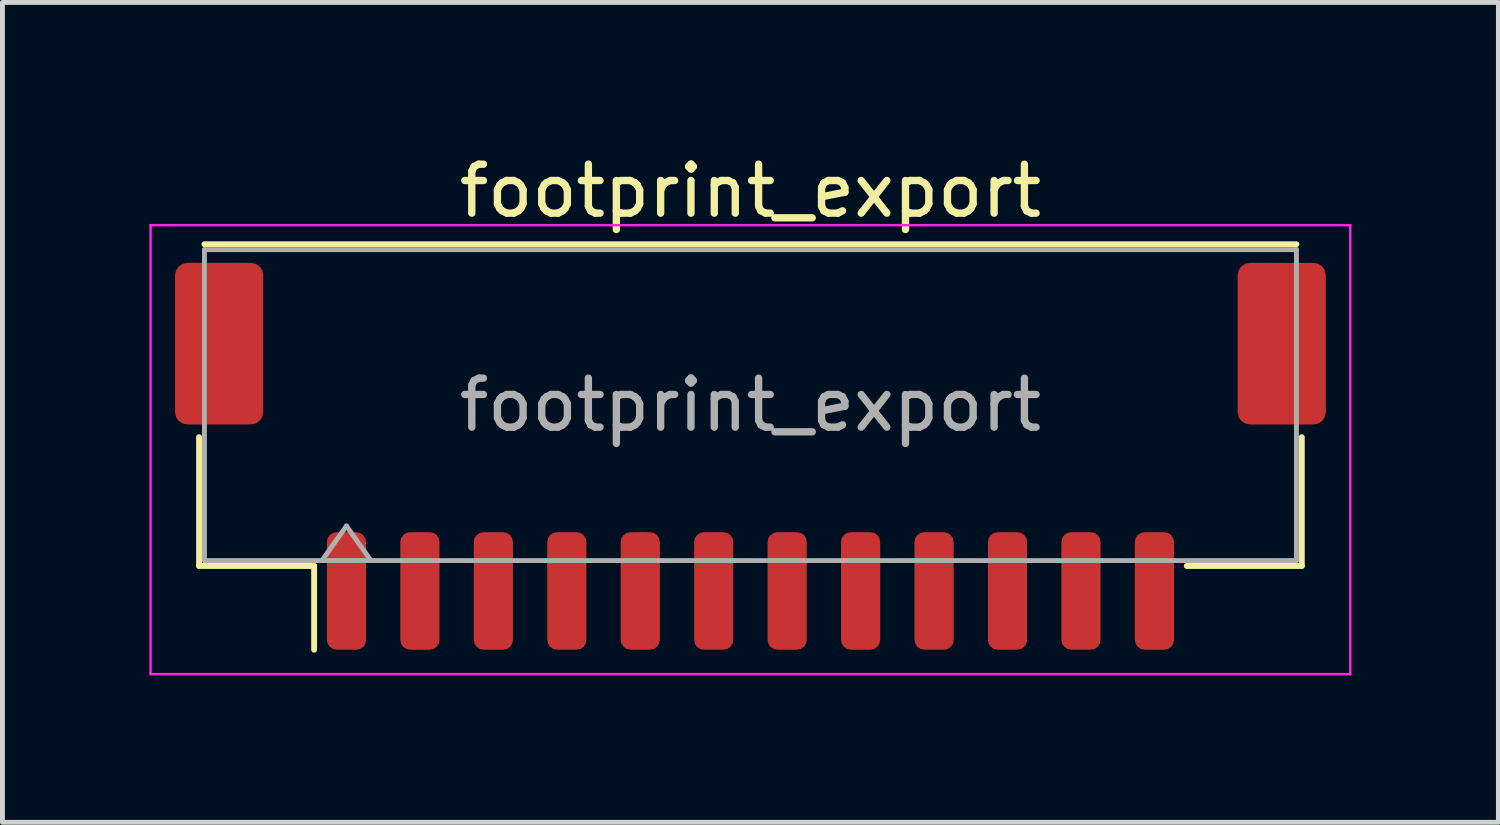
<source format=kicad_pcb>
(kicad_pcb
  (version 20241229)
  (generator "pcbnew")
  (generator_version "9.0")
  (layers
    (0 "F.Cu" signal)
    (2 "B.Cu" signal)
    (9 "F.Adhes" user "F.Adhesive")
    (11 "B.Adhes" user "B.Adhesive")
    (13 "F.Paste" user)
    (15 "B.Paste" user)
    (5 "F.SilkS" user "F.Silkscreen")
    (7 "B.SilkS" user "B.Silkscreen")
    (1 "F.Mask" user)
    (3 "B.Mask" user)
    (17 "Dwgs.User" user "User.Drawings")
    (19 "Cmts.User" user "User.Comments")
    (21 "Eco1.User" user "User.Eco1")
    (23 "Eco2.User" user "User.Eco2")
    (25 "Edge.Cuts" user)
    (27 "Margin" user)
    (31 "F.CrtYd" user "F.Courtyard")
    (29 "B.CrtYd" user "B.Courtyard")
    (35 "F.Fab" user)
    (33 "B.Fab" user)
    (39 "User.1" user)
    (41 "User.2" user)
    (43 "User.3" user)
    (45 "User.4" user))
  (footprint "footprint_export"
    (layer "F.Cu")
    (at 12.275 6.268)
    (property "Reference" "footprint_export" (at 0 -5.42 0) (layer "F.SilkS") (effects (font (size 1 1) (thickness 0.15))))
    (attr smd)
    (fp_line (start -11.26 -0.39) (end -11.26 2.24) (stroke (width 0.12) (type solid)) (layer "F.SilkS"))
    (fp_line (start -11.26 2.24) (end -8.91 2.24) (stroke (width 0.12) (type solid)) (layer "F.SilkS"))
    (fp_line (start -11.15 -4.33) (end 11.15 -4.33) (stroke (width 0.12) (type solid)) (layer "F.SilkS"))
    (fp_line (start -8.91 2.24) (end -8.91 3.95) (stroke (width 0.12) (type solid)) (layer "F.SilkS"))
    (fp_line (start 11.26 -0.39) (end 11.26 2.24) (stroke (width 0.12) (type solid)) (layer "F.SilkS"))
    (fp_line (start 11.26 2.24) (end 8.91 2.24) (stroke (width 0.12) (type solid)) (layer "F.SilkS"))
    (fp_line (start -12.25 -4.72) (end -12.25 4.45) (stroke (width 0.05) (type solid)) (layer "F.CrtYd"))
    (fp_line (start -12.25 4.45) (end 12.25 4.45) (stroke (width 0.05) (type solid)) (layer "F.CrtYd"))
    (fp_line (start 12.25 -4.72) (end -12.25 -4.72) (stroke (width 0.05) (type solid)) (layer "F.CrtYd"))
    (fp_line (start 12.25 4.45) (end 12.25 -4.72) (stroke (width 0.05) (type solid)) (layer "F.CrtYd"))
    (fp_line (start -11.15 -4.22) (end 11.15 -4.22) (stroke (width 0.1) (type solid)) (layer "F.Fab"))
    (fp_line (start -11.15 2.13) (end -11.15 -4.22) (stroke (width 0.1) (type solid)) (layer "F.Fab"))
    (fp_line (start -11.15 2.13) (end 11.15 2.13) (stroke (width 0.1) (type solid)) (layer "F.Fab"))
    (fp_line (start -8.75 2.13) (end -8.25 1.423) (stroke (width 0.1) (type solid)) (layer "F.Fab"))
    (fp_line (start -8.25 1.423) (end -7.75 2.13) (stroke (width 0.1) (type solid)) (layer "F.Fab"))
    (fp_line (start 11.15 2.13) (end 11.15 -4.22) (stroke (width 0.1) (type solid)) (layer "F.Fab"))
    (fp_text user "${REFERENCE}" (at 0 -1.05 0) (layer "F.Fab") (effects (font (size 1 1) (thickness 0.15))))
    (pad "1" smd roundrect (at -8.25 2.75) (size 0.8 2.4) (layers "F.Cu" "F.Mask" "F.Paste") (roundrect_rratio 0.25))
    (pad "2" smd roundrect (at -6.75 2.75) (size 0.8 2.4) (layers "F.Cu" "F.Mask" "F.Paste") (roundrect_rratio 0.25))
    (pad "3" smd roundrect (at -5.25 2.75) (size 0.8 2.4) (layers "F.Cu" "F.Mask" "F.Paste") (roundrect_rratio 0.25))
    (pad "4" smd roundrect (at -3.75 2.75) (size 0.8 2.4) (layers "F.Cu" "F.Mask" "F.Paste") (roundrect_rratio 0.25))
    (pad "5" smd roundrect (at -2.25 2.75) (size 0.8 2.4) (layers "F.Cu" "F.Mask" "F.Paste") (roundrect_rratio 0.25))
    (pad "6" smd roundrect (at -0.75 2.75) (size 0.8 2.4) (layers "F.Cu" "F.Mask" "F.Paste") (roundrect_rratio 0.25))
    (pad "7" smd roundrect (at 0.75 2.75) (size 0.8 2.4) (layers "F.Cu" "F.Mask" "F.Paste") (roundrect_rratio 0.25))
    (pad "8" smd roundrect (at 2.25 2.75) (size 0.8 2.4) (layers "F.Cu" "F.Mask" "F.Paste") (roundrect_rratio 0.25))
    (pad "9" smd roundrect (at 3.75 2.75) (size 0.8 2.4) (layers "F.Cu" "F.Mask" "F.Paste") (roundrect_rratio 0.25))
    (pad "10" smd roundrect (at 5.25 2.75) (size 0.8 2.4) (layers "F.Cu" "F.Mask" "F.Paste") (roundrect_rratio 0.25))
    (pad "11" smd roundrect (at 6.75 2.75) (size 0.8 2.4) (layers "F.Cu" "F.Mask" "F.Paste") (roundrect_rratio 0.25))
    (pad "12" smd roundrect (at 8.25 2.75) (size 0.8 2.4) (layers "F.Cu" "F.Mask" "F.Paste") (roundrect_rratio 0.25))
    (pad "MP" smd roundrect (at -10.85 -2.3) (size 1.8 3.3) (layers "F.Cu" "F.Mask" "F.Paste") (roundrect_rratio 0.139))
    (pad "MP" smd roundrect (at 10.85 -2.3) (size 1.8 3.3) (layers "F.Cu" "F.Mask" "F.Paste") (roundrect_rratio 0.139)))
  (gr_rect
    (start -3 -3)
    (end 27.55 13.743)
    (stroke (width 0.1) (type default))
    (fill no)
    (layer "Edge.Cuts")))
</source>
